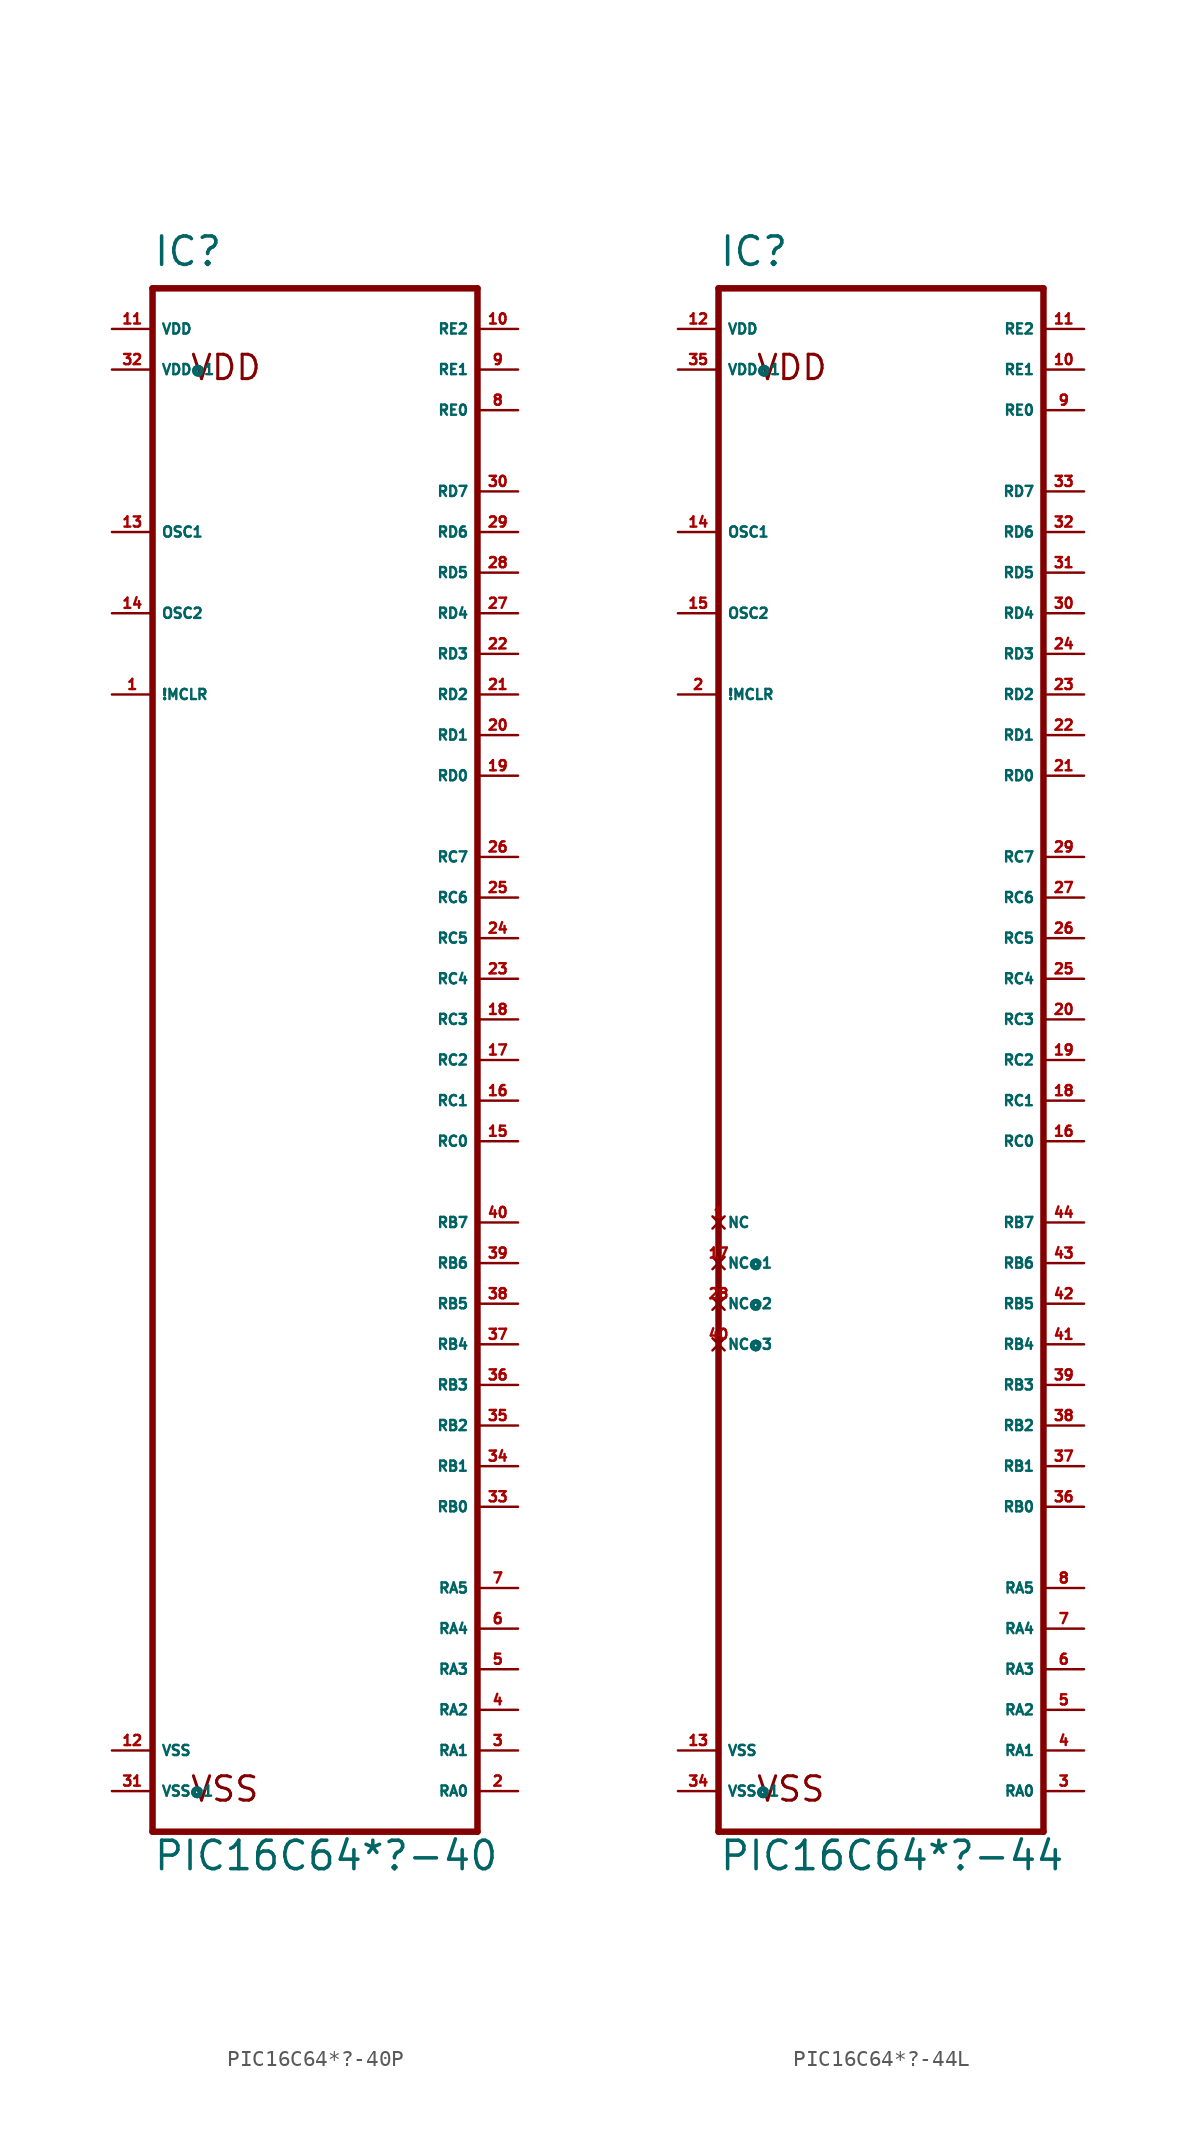
<source format=kicad_sym>
(kicad_symbol_lib
  (version 20220914)
  (generator Eagle2Kicad)
  (symbol "PIC16C64*?-40P"
    (property "Reference" "IC"
      (at -10.16 49.53 0)
      (effects (font (size 1.778 1.778) (thickness 0.22)) (justify left bottom)))
    (property "Value" "PIC16C64*?-40"
      (at -10.16 -50.8 0)
      (effects (font (size 1.778 1.778) (thickness 0.22)) (justify left bottom)))
    (polyline
      (pts (xy -10.16 -48.26) (xy 10.16 -48.26))
      (stroke (width 0.406) (type default))
      (fill (type none)))
    (polyline
      (pts (xy 10.16 -48.26) (xy 10.16 48.26))
      (stroke (width 0.406) (type default))
      (fill (type none)))
    (polyline
      (pts (xy 10.16 48.26) (xy -10.16 48.26))
      (stroke (width 0.406) (type default))
      (fill (type none)))
    (polyline
      (pts (xy -10.16 48.26) (xy -10.16 -48.26))
      (stroke (width 0.406) (type default))
      (fill (type none)))
    (text "VDD"
      (at -7.874 42.418 0)
      (effects (font (size 1.524 1.524) (thickness 0.19)) (justify left bottom)))
    (text "VSS"
      (at -7.874 -46.482 0)
      (effects (font (size 1.524 1.524) (thickness 0.19)) (justify left bottom)))
    (pin input line
      (at -12.7 22.86 0)
      (length 2.54)
      (name "!MCLR" (effects (font (size 0.635 0.635) (thickness 0.08)) (justify left bottom)))
      (number "1" (effects (font (size 0.635 0.635) (thickness 0.08)) (justify left bottom))))
    (pin input line
      (at -12.7 33.02 0)
      (length 2.54)
      (name "OSC1" (effects (font (size 0.635 0.635) (thickness 0.08)) (justify left bottom)))
      (number "13" (effects (font (size 0.635 0.635) (thickness 0.08)) (justify left bottom))))
    (pin bidirectional line
      (at 12.7 -45.72 180)
      (length 2.54)
      (name "RA0" (effects (font (size 0.635 0.635) (thickness 0.08)) (justify left bottom)))
      (number "2" (effects (font (size 0.635 0.635) (thickness 0.08)) (justify left bottom))))
    (pin bidirectional line
      (at 12.7 -43.18 180)
      (length 2.54)
      (name "RA1" (effects (font (size 0.635 0.635) (thickness 0.08)) (justify left bottom)))
      (number "3" (effects (font (size 0.635 0.635) (thickness 0.08)) (justify left bottom))))
    (pin bidirectional line
      (at 12.7 -40.64 180)
      (length 2.54)
      (name "RA2" (effects (font (size 0.635 0.635) (thickness 0.08)) (justify left bottom)))
      (number "4" (effects (font (size 0.635 0.635) (thickness 0.08)) (justify left bottom))))
    (pin bidirectional line
      (at 12.7 -38.1 180)
      (length 2.54)
      (name "RA3" (effects (font (size 0.635 0.635) (thickness 0.08)) (justify left bottom)))
      (number "5" (effects (font (size 0.635 0.635) (thickness 0.08)) (justify left bottom))))
    (pin bidirectional line
      (at 12.7 -35.56 180)
      (length 2.54)
      (name "RA4" (effects (font (size 0.635 0.635) (thickness 0.08)) (justify left bottom)))
      (number "6" (effects (font (size 0.635 0.635) (thickness 0.08)) (justify left bottom))))
    (pin bidirectional line
      (at 12.7 -33.02 180)
      (length 2.54)
      (name "RA5" (effects (font (size 0.635 0.635) (thickness 0.08)) (justify left bottom)))
      (number "7" (effects (font (size 0.635 0.635) (thickness 0.08)) (justify left bottom))))
    (pin bidirectional line
      (at 12.7 -27.94 180)
      (length 2.54)
      (name "RB0" (effects (font (size 0.635 0.635) (thickness 0.08)) (justify left bottom)))
      (number "33" (effects (font (size 0.635 0.635) (thickness 0.08)) (justify left bottom))))
    (pin bidirectional line
      (at 12.7 -25.4 180)
      (length 2.54)
      (name "RB1" (effects (font (size 0.635 0.635) (thickness 0.08)) (justify left bottom)))
      (number "34" (effects (font (size 0.635 0.635) (thickness 0.08)) (justify left bottom))))
    (pin bidirectional line
      (at 12.7 -22.86 180)
      (length 2.54)
      (name "RB2" (effects (font (size 0.635 0.635) (thickness 0.08)) (justify left bottom)))
      (number "35" (effects (font (size 0.635 0.635) (thickness 0.08)) (justify left bottom))))
    (pin bidirectional line
      (at 12.7 -20.32 180)
      (length 2.54)
      (name "RB3" (effects (font (size 0.635 0.635) (thickness 0.08)) (justify left bottom)))
      (number "36" (effects (font (size 0.635 0.635) (thickness 0.08)) (justify left bottom))))
    (pin bidirectional line
      (at 12.7 -17.78 180)
      (length 2.54)
      (name "RB4" (effects (font (size 0.635 0.635) (thickness 0.08)) (justify left bottom)))
      (number "37" (effects (font (size 0.635 0.635) (thickness 0.08)) (justify left bottom))))
    (pin bidirectional line
      (at 12.7 -15.24 180)
      (length 2.54)
      (name "RB5" (effects (font (size 0.635 0.635) (thickness 0.08)) (justify left bottom)))
      (number "38" (effects (font (size 0.635 0.635) (thickness 0.08)) (justify left bottom))))
    (pin bidirectional line
      (at 12.7 -12.7 180)
      (length 2.54)
      (name "RB6" (effects (font (size 0.635 0.635) (thickness 0.08)) (justify left bottom)))
      (number "39" (effects (font (size 0.635 0.635) (thickness 0.08)) (justify left bottom))))
    (pin output line
      (at 12.7 -5.08 180)
      (length 2.54)
      (name "RC0" (effects (font (size 0.635 0.635) (thickness 0.08)) (justify left bottom)))
      (number "15" (effects (font (size 0.635 0.635) (thickness 0.08)) (justify left bottom))))
    (pin output line
      (at 12.7 -2.54 180)
      (length 2.54)
      (name "RC1" (effects (font (size 0.635 0.635) (thickness 0.08)) (justify left bottom)))
      (number "16" (effects (font (size 0.635 0.635) (thickness 0.08)) (justify left bottom))))
    (pin output line
      (at 12.7 0 180)
      (length 2.54)
      (name "RC2" (effects (font (size 0.635 0.635) (thickness 0.08)) (justify left bottom)))
      (number "17" (effects (font (size 0.635 0.635) (thickness 0.08)) (justify left bottom))))
    (pin output line
      (at 12.7 2.54 180)
      (length 2.54)
      (name "RC3" (effects (font (size 0.635 0.635) (thickness 0.08)) (justify left bottom)))
      (number "18" (effects (font (size 0.635 0.635) (thickness 0.08)) (justify left bottom))))
    (pin output line
      (at 12.7 5.08 180)
      (length 2.54)
      (name "RC4" (effects (font (size 0.635 0.635) (thickness 0.08)) (justify left bottom)))
      (number "23" (effects (font (size 0.635 0.635) (thickness 0.08)) (justify left bottom))))
    (pin output line
      (at 12.7 7.62 180)
      (length 2.54)
      (name "RC5" (effects (font (size 0.635 0.635) (thickness 0.08)) (justify left bottom)))
      (number "24" (effects (font (size 0.635 0.635) (thickness 0.08)) (justify left bottom))))
    (pin output line
      (at 12.7 10.16 180)
      (length 2.54)
      (name "RC6" (effects (font (size 0.635 0.635) (thickness 0.08)) (justify left bottom)))
      (number "25" (effects (font (size 0.635 0.635) (thickness 0.08)) (justify left bottom))))
    (pin output line
      (at 12.7 12.7 180)
      (length 2.54)
      (name "RC7" (effects (font (size 0.635 0.635) (thickness 0.08)) (justify left bottom)))
      (number "26" (effects (font (size 0.635 0.635) (thickness 0.08)) (justify left bottom))))
    (pin bidirectional line
      (at 12.7 -10.16 180)
      (length 2.54)
      (name "RB7" (effects (font (size 0.635 0.635) (thickness 0.08)) (justify left bottom)))
      (number "40" (effects (font (size 0.635 0.635) (thickness 0.08)) (justify left bottom))))
    (pin bidirectional line
      (at 12.7 17.78 180)
      (length 2.54)
      (name "RD0" (effects (font (size 0.635 0.635) (thickness 0.08)) (justify left bottom)))
      (number "19" (effects (font (size 0.635 0.635) (thickness 0.08)) (justify left bottom))))
    (pin bidirectional line
      (at 12.7 20.32 180)
      (length 2.54)
      (name "RD1" (effects (font (size 0.635 0.635) (thickness 0.08)) (justify left bottom)))
      (number "20" (effects (font (size 0.635 0.635) (thickness 0.08)) (justify left bottom))))
    (pin bidirectional line
      (at 12.7 22.86 180)
      (length 2.54)
      (name "RD2" (effects (font (size 0.635 0.635) (thickness 0.08)) (justify left bottom)))
      (number "21" (effects (font (size 0.635 0.635) (thickness 0.08)) (justify left bottom))))
    (pin bidirectional line
      (at 12.7 25.4 180)
      (length 2.54)
      (name "RD3" (effects (font (size 0.635 0.635) (thickness 0.08)) (justify left bottom)))
      (number "22" (effects (font (size 0.635 0.635) (thickness 0.08)) (justify left bottom))))
    (pin bidirectional line
      (at 12.7 27.94 180)
      (length 2.54)
      (name "RD4" (effects (font (size 0.635 0.635) (thickness 0.08)) (justify left bottom)))
      (number "27" (effects (font (size 0.635 0.635) (thickness 0.08)) (justify left bottom))))
    (pin bidirectional line
      (at 12.7 30.48 180)
      (length 2.54)
      (name "RD5" (effects (font (size 0.635 0.635) (thickness 0.08)) (justify left bottom)))
      (number "28" (effects (font (size 0.635 0.635) (thickness 0.08)) (justify left bottom))))
    (pin bidirectional line
      (at 12.7 33.02 180)
      (length 2.54)
      (name "RD6" (effects (font (size 0.635 0.635) (thickness 0.08)) (justify left bottom)))
      (number "29" (effects (font (size 0.635 0.635) (thickness 0.08)) (justify left bottom))))
    (pin bidirectional line
      (at 12.7 35.56 180)
      (length 2.54)
      (name "RD7" (effects (font (size 0.635 0.635) (thickness 0.08)) (justify left bottom)))
      (number "30" (effects (font (size 0.635 0.635) (thickness 0.08)) (justify left bottom))))
    (pin output line
      (at -12.7 27.94 0)
      (length 2.54)
      (name "OSC2" (effects (font (size 0.635 0.635) (thickness 0.08)) (justify left bottom)))
      (number "14" (effects (font (size 0.635 0.635) (thickness 0.08)) (justify left bottom))))
    (pin unspecified line
      (at -12.7 -45.72 0)
      (length 2.54)
      (name "VSS@1" (effects (font (size 0.635 0.635) (thickness 0.08)) (justify left bottom)))
      (number "31" (effects (font (size 0.635 0.635) (thickness 0.08)) (justify left bottom))))
    (pin unspecified line
      (at -12.7 -43.18 0)
      (length 2.54)
      (name "VSS" (effects (font (size 0.635 0.635) (thickness 0.08)) (justify left bottom)))
      (number "12" (effects (font (size 0.635 0.635) (thickness 0.08)) (justify left bottom))))
    (pin unspecified line
      (at -12.7 43.18 0)
      (length 2.54)
      (name "VDD@1" (effects (font (size 0.635 0.635) (thickness 0.08)) (justify left bottom)))
      (number "32" (effects (font (size 0.635 0.635) (thickness 0.08)) (justify left bottom))))
    (pin unspecified line
      (at -12.7 45.72 0)
      (length 2.54)
      (name "VDD" (effects (font (size 0.635 0.635) (thickness 0.08)) (justify left bottom)))
      (number "11" (effects (font (size 0.635 0.635) (thickness 0.08)) (justify left bottom))))
    (pin bidirectional line
      (at 12.7 40.64 180)
      (length 2.54)
      (name "RE0" (effects (font (size 0.635 0.635) (thickness 0.08)) (justify left bottom)))
      (number "8" (effects (font (size 0.635 0.635) (thickness 0.08)) (justify left bottom))))
    (pin bidirectional line
      (at 12.7 43.18 180)
      (length 2.54)
      (name "RE1" (effects (font (size 0.635 0.635) (thickness 0.08)) (justify left bottom)))
      (number "9" (effects (font (size 0.635 0.635) (thickness 0.08)) (justify left bottom))))
    (pin bidirectional line
      (at 12.7 45.72 180)
      (length 2.54)
      (name "RE2" (effects (font (size 0.635 0.635) (thickness 0.08)) (justify left bottom)))
      (number "10" (effects (font (size 0.635 0.635) (thickness 0.08)) (justify left bottom)))))
  (symbol "PIC16C64*?-44L"
    (property "Reference" "IC"
      (at -10.16 44.45 0)
      (effects (font (size 1.778 1.778) (thickness 0.22)) (justify left bottom)))
    (property "Value" "PIC16C64*?-44"
      (at -10.16 -55.88 0)
      (effects (font (size 1.778 1.778) (thickness 0.22)) (justify left bottom)))
    (polyline
      (pts (xy -10.16 -53.34) (xy 10.16 -53.34))
      (stroke (width 0.406) (type default))
      (fill (type none)))
    (polyline
      (pts (xy 10.16 -53.34) (xy 10.16 43.18))
      (stroke (width 0.406) (type default))
      (fill (type none)))
    (polyline
      (pts (xy 10.16 43.18) (xy -10.16 43.18))
      (stroke (width 0.406) (type default))
      (fill (type none)))
    (polyline
      (pts (xy -10.16 43.18) (xy -10.16 -53.34))
      (stroke (width 0.406) (type default))
      (fill (type none)))
    (text "VDD"
      (at -7.874 37.338 0)
      (effects (font (size 1.524 1.524) (thickness 0.19)) (justify left bottom)))
    (text "VSS"
      (at -7.874 -51.562 0)
      (effects (font (size 1.524 1.524) (thickness 0.19)) (justify left bottom)))
    (pin input line
      (at -12.7 17.78 0)
      (length 2.54)
      (name "!MCLR" (effects (font (size 0.635 0.635) (thickness 0.08)) (justify left bottom)))
      (number "2" (effects (font (size 0.635 0.635) (thickness 0.08)) (justify left bottom))))
    (pin input line
      (at -12.7 27.94 0)
      (length 2.54)
      (name "OSC1" (effects (font (size 0.635 0.635) (thickness 0.08)) (justify left bottom)))
      (number "14" (effects (font (size 0.635 0.635) (thickness 0.08)) (justify left bottom))))
    (pin bidirectional line
      (at 12.7 -50.8 180)
      (length 2.54)
      (name "RA0" (effects (font (size 0.635 0.635) (thickness 0.08)) (justify left bottom)))
      (number "3" (effects (font (size 0.635 0.635) (thickness 0.08)) (justify left bottom))))
    (pin bidirectional line
      (at 12.7 -48.26 180)
      (length 2.54)
      (name "RA1" (effects (font (size 0.635 0.635) (thickness 0.08)) (justify left bottom)))
      (number "4" (effects (font (size 0.635 0.635) (thickness 0.08)) (justify left bottom))))
    (pin bidirectional line
      (at 12.7 -45.72 180)
      (length 2.54)
      (name "RA2" (effects (font (size 0.635 0.635) (thickness 0.08)) (justify left bottom)))
      (number "5" (effects (font (size 0.635 0.635) (thickness 0.08)) (justify left bottom))))
    (pin bidirectional line
      (at 12.7 -43.18 180)
      (length 2.54)
      (name "RA3" (effects (font (size 0.635 0.635) (thickness 0.08)) (justify left bottom)))
      (number "6" (effects (font (size 0.635 0.635) (thickness 0.08)) (justify left bottom))))
    (pin bidirectional line
      (at 12.7 -30.48 180)
      (length 2.54)
      (name "RB1" (effects (font (size 0.635 0.635) (thickness 0.08)) (justify left bottom)))
      (number "37" (effects (font (size 0.635 0.635) (thickness 0.08)) (justify left bottom))))
    (pin bidirectional line
      (at 12.7 -27.94 180)
      (length 2.54)
      (name "RB2" (effects (font (size 0.635 0.635) (thickness 0.08)) (justify left bottom)))
      (number "38" (effects (font (size 0.635 0.635) (thickness 0.08)) (justify left bottom))))
    (pin bidirectional line
      (at 12.7 -25.4 180)
      (length 2.54)
      (name "RB3" (effects (font (size 0.635 0.635) (thickness 0.08)) (justify left bottom)))
      (number "39" (effects (font (size 0.635 0.635) (thickness 0.08)) (justify left bottom))))
    (pin bidirectional line
      (at 12.7 -38.1 180)
      (length 2.54)
      (name "RA5" (effects (font (size 0.635 0.635) (thickness 0.08)) (justify left bottom)))
      (number "8" (effects (font (size 0.635 0.635) (thickness 0.08)) (justify left bottom))))
    (pin bidirectional line
      (at 12.7 -22.86 180)
      (length 2.54)
      (name "RB4" (effects (font (size 0.635 0.635) (thickness 0.08)) (justify left bottom)))
      (number "41" (effects (font (size 0.635 0.635) (thickness 0.08)) (justify left bottom))))
    (pin bidirectional line
      (at 12.7 -20.32 180)
      (length 2.54)
      (name "RB5" (effects (font (size 0.635 0.635) (thickness 0.08)) (justify left bottom)))
      (number "42" (effects (font (size 0.635 0.635) (thickness 0.08)) (justify left bottom))))
    (pin bidirectional line
      (at 12.7 -17.78 180)
      (length 2.54)
      (name "RB6" (effects (font (size 0.635 0.635) (thickness 0.08)) (justify left bottom)))
      (number "43" (effects (font (size 0.635 0.635) (thickness 0.08)) (justify left bottom))))
    (pin bidirectional line
      (at 12.7 -15.24 180)
      (length 2.54)
      (name "RB7" (effects (font (size 0.635 0.635) (thickness 0.08)) (justify left bottom)))
      (number "44" (effects (font (size 0.635 0.635) (thickness 0.08)) (justify left bottom))))
    (pin bidirectional line
      (at 12.7 -10.16 180)
      (length 2.54)
      (name "RC0" (effects (font (size 0.635 0.635) (thickness 0.08)) (justify left bottom)))
      (number "16" (effects (font (size 0.635 0.635) (thickness 0.08)) (justify left bottom))))
    (pin bidirectional line
      (at 12.7 -7.62 180)
      (length 2.54)
      (name "RC1" (effects (font (size 0.635 0.635) (thickness 0.08)) (justify left bottom)))
      (number "18" (effects (font (size 0.635 0.635) (thickness 0.08)) (justify left bottom))))
    (pin bidirectional line
      (at 12.7 -5.08 180)
      (length 2.54)
      (name "RC2" (effects (font (size 0.635 0.635) (thickness 0.08)) (justify left bottom)))
      (number "19" (effects (font (size 0.635 0.635) (thickness 0.08)) (justify left bottom))))
    (pin bidirectional line
      (at 12.7 -2.54 180)
      (length 2.54)
      (name "RC3" (effects (font (size 0.635 0.635) (thickness 0.08)) (justify left bottom)))
      (number "20" (effects (font (size 0.635 0.635) (thickness 0.08)) (justify left bottom))))
    (pin bidirectional line
      (at 12.7 12.7 180)
      (length 2.54)
      (name "RD0" (effects (font (size 0.635 0.635) (thickness 0.08)) (justify left bottom)))
      (number "21" (effects (font (size 0.635 0.635) (thickness 0.08)) (justify left bottom))))
    (pin bidirectional line
      (at 12.7 15.24 180)
      (length 2.54)
      (name "RD1" (effects (font (size 0.635 0.635) (thickness 0.08)) (justify left bottom)))
      (number "22" (effects (font (size 0.635 0.635) (thickness 0.08)) (justify left bottom))))
    (pin bidirectional line
      (at 12.7 17.78 180)
      (length 2.54)
      (name "RD2" (effects (font (size 0.635 0.635) (thickness 0.08)) (justify left bottom)))
      (number "23" (effects (font (size 0.635 0.635) (thickness 0.08)) (justify left bottom))))
    (pin bidirectional line
      (at 12.7 20.32 180)
      (length 2.54)
      (name "RD3" (effects (font (size 0.635 0.635) (thickness 0.08)) (justify left bottom)))
      (number "24" (effects (font (size 0.635 0.635) (thickness 0.08)) (justify left bottom))))
    (pin bidirectional line
      (at 12.7 22.86 180)
      (length 2.54)
      (name "RD4" (effects (font (size 0.635 0.635) (thickness 0.08)) (justify left bottom)))
      (number "30" (effects (font (size 0.635 0.635) (thickness 0.08)) (justify left bottom))))
    (pin bidirectional line
      (at 12.7 25.4 180)
      (length 2.54)
      (name "RD5" (effects (font (size 0.635 0.635) (thickness 0.08)) (justify left bottom)))
      (number "31" (effects (font (size 0.635 0.635) (thickness 0.08)) (justify left bottom))))
    (pin bidirectional line
      (at 12.7 27.94 180)
      (length 2.54)
      (name "RD6" (effects (font (size 0.635 0.635) (thickness 0.08)) (justify left bottom)))
      (number "32" (effects (font (size 0.635 0.635) (thickness 0.08)) (justify left bottom))))
    (pin bidirectional line
      (at 12.7 30.48 180)
      (length 2.54)
      (name "RD7" (effects (font (size 0.635 0.635) (thickness 0.08)) (justify left bottom)))
      (number "33" (effects (font (size 0.635 0.635) (thickness 0.08)) (justify left bottom))))
    (pin bidirectional line
      (at 12.7 35.56 180)
      (length 2.54)
      (name "RE0" (effects (font (size 0.635 0.635) (thickness 0.08)) (justify left bottom)))
      (number "9" (effects (font (size 0.635 0.635) (thickness 0.08)) (justify left bottom))))
    (pin bidirectional line
      (at 12.7 38.1 180)
      (length 2.54)
      (name "RE1" (effects (font (size 0.635 0.635) (thickness 0.08)) (justify left bottom)))
      (number "10" (effects (font (size 0.635 0.635) (thickness 0.08)) (justify left bottom))))
    (pin bidirectional line
      (at 12.7 40.64 180)
      (length 2.54)
      (name "RE2" (effects (font (size 0.635 0.635) (thickness 0.08)) (justify left bottom)))
      (number "11" (effects (font (size 0.635 0.635) (thickness 0.08)) (justify left bottom))))
    (pin no_connect line
      (at -10.16 -15.24 0)
      (length 0)
      (name "NC" (effects (font (size 0.635 0.635) (thickness 0.08)) (justify left bottom) hide))
      (number "1" (effects (font (size 0.635 0.635) (thickness 0.08)) (justify left bottom) hide)))
    (pin no_connect line
      (at -10.16 -17.78 0)
      (length 0)
      (name "NC@1" (effects (font (size 0.635 0.635) (thickness 0.08)) (justify left bottom) hide))
      (number "17" (effects (font (size 0.635 0.635) (thickness 0.08)) (justify left bottom) hide)))
    (pin no_connect line
      (at -10.16 -20.32 0)
      (length 0)
      (name "NC@2" (effects (font (size 0.635 0.635) (thickness 0.08)) (justify left bottom) hide))
      (number "28" (effects (font (size 0.635 0.635) (thickness 0.08)) (justify left bottom) hide)))
    (pin no_connect line
      (at -10.16 -22.86 0)
      (length 0)
      (name "NC@3" (effects (font (size 0.635 0.635) (thickness 0.08)) (justify left bottom) hide))
      (number "40" (effects (font (size 0.635 0.635) (thickness 0.08)) (justify left bottom) hide)))
    (pin unspecified line
      (at -12.7 40.64 0)
      (length 2.54)
      (name "VDD" (effects (font (size 0.635 0.635) (thickness 0.08)) (justify left bottom)))
      (number "12" (effects (font (size 0.635 0.635) (thickness 0.08)) (justify left bottom))))
    (pin unspecified line
      (at -12.7 38.1 0)
      (length 2.54)
      (name "VDD@1" (effects (font (size 0.635 0.635) (thickness 0.08)) (justify left bottom)))
      (number "35" (effects (font (size 0.635 0.635) (thickness 0.08)) (justify left bottom))))
    (pin unspecified line
      (at -12.7 -48.26 0)
      (length 2.54)
      (name "VSS" (effects (font (size 0.635 0.635) (thickness 0.08)) (justify left bottom)))
      (number "13" (effects (font (size 0.635 0.635) (thickness 0.08)) (justify left bottom))))
    (pin unspecified line
      (at -12.7 -50.8 0)
      (length 2.54)
      (name "VSS@1" (effects (font (size 0.635 0.635) (thickness 0.08)) (justify left bottom)))
      (number "34" (effects (font (size 0.635 0.635) (thickness 0.08)) (justify left bottom))))
    (pin bidirectional line
      (at 12.7 0 180)
      (length 2.54)
      (name "RC4" (effects (font (size 0.635 0.635) (thickness 0.08)) (justify left bottom)))
      (number "25" (effects (font (size 0.635 0.635) (thickness 0.08)) (justify left bottom))))
    (pin bidirectional line
      (at 12.7 2.54 180)
      (length 2.54)
      (name "RC5" (effects (font (size 0.635 0.635) (thickness 0.08)) (justify left bottom)))
      (number "26" (effects (font (size 0.635 0.635) (thickness 0.08)) (justify left bottom))))
    (pin bidirectional line
      (at 12.7 5.08 180)
      (length 2.54)
      (name "RC6" (effects (font (size 0.635 0.635) (thickness 0.08)) (justify left bottom)))
      (number "27" (effects (font (size 0.635 0.635) (thickness 0.08)) (justify left bottom))))
    (pin bidirectional line
      (at 12.7 7.62 180)
      (length 2.54)
      (name "RC7" (effects (font (size 0.635 0.635) (thickness 0.08)) (justify left bottom)))
      (number "29" (effects (font (size 0.635 0.635) (thickness 0.08)) (justify left bottom))))
    (pin output line
      (at -12.7 22.86 0)
      (length 2.54)
      (name "OSC2" (effects (font (size 0.635 0.635) (thickness 0.08)) (justify left bottom)))
      (number "15" (effects (font (size 0.635 0.635) (thickness 0.08)) (justify left bottom))))
    (pin bidirectional line
      (at 12.7 -33.02 180)
      (length 2.54)
      (name "RB0" (effects (font (size 0.635 0.635) (thickness 0.08)) (justify left bottom)))
      (number "36" (effects (font (size 0.635 0.635) (thickness 0.08)) (justify left bottom))))
    (pin bidirectional line
      (at 12.7 -40.64 180)
      (length 2.54)
      (name "RA4" (effects (font (size 0.635 0.635) (thickness 0.08)) (justify left bottom)))
      (number "7" (effects (font (size 0.635 0.635) (thickness 0.08)) (justify left bottom))))))
</source>
